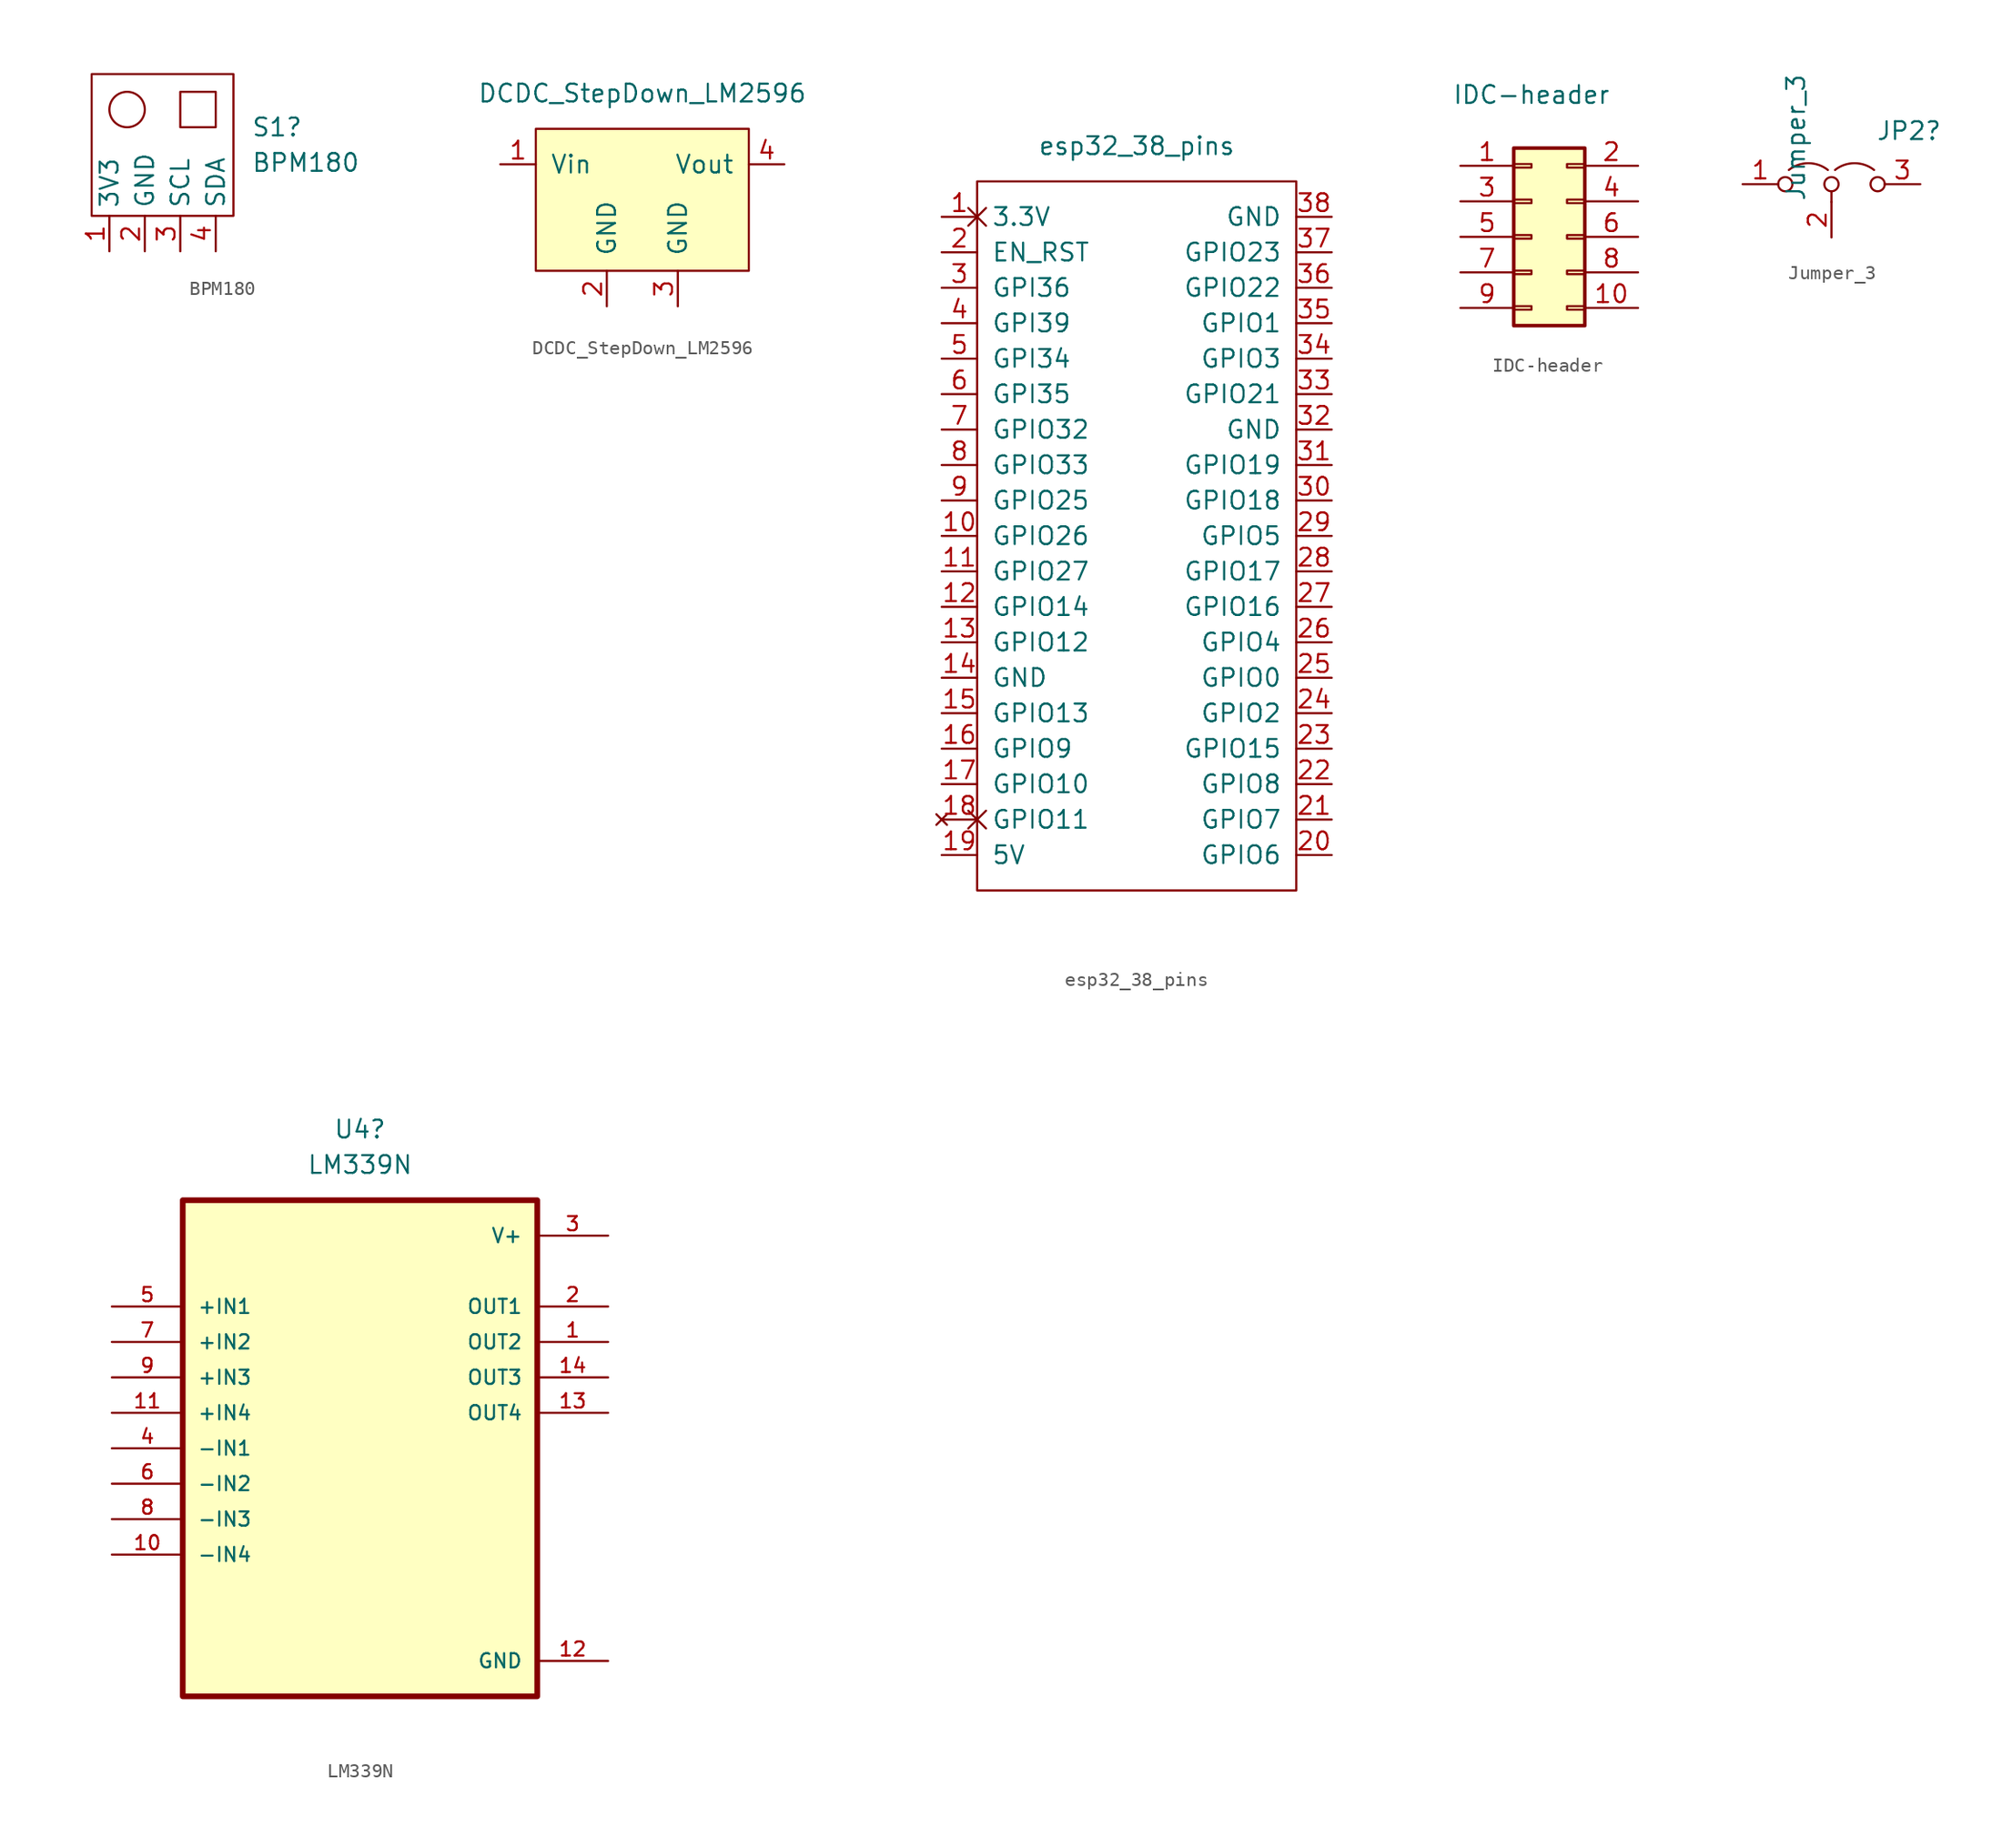
<source format=kicad_sym>
(kicad_symbol_lib
  (version 20211014)
  (generator kicad_symbol_editor)
  (symbol "BPM180"
    (property "Reference" "S1"
      (at 7.62 0.0001 0)
      (effects (font (size 1.27 1.27)) (justify left)))
    (property "Value" "BPM180"
      (at 7.62 -2.54 0)
      (effects (font (size 1.27 1.27)) (justify left)))
    (symbol "BPM180_0_1"
      (rectangle (start -3.81 3.81) (end 6.35 -6.35) (stroke (width 0) (type default) (color 0 0 0 0)) (fill (type none)))
      (circle (center -1.27 1.27) (radius 1.27) (stroke (width 0) (type default) (color 0 0 0 0)) (fill (type none)))
      (rectangle (start 2.54 2.54) (end 5.08 0) (stroke (width 0) (type default) (color 0 0 0 0)) (fill (type none))))
    (symbol "BPM180_1_1"
      (pin input line (at -2.54 -8.89 90) (length 2.54) (name "3V3" (effects (font (size 1.27 1.27)))) (number "1" (effects (font (size 1.27 1.27)))))
      (pin input line (at 0 -8.89 90) (length 2.54) (name "GND" (effects (font (size 1.27 1.27)))) (number "2" (effects (font (size 1.27 1.27)))))
      (pin input line (at 2.54 -8.89 90) (length 2.54) (name "SCL" (effects (font (size 1.27 1.27)))) (number "3" (effects (font (size 1.27 1.27)))))
      (pin input line (at 5.08 -8.89 90) (length 2.54) (name "SDA" (effects (font (size 1.27 1.27)))) (number "4" (effects (font (size 1.27 1.27)))))))
  (symbol "DCDC_StepDown_LM2596"
    (pin_names
      (offset 1.016))
    (property "Reference" "U2"
      (at 0 10.16 0)
      (effects (font (size 1.27 1.27)) hide))
    (property "Value" "DCDC_StepDown_LM2596"
      (at 0 7.62 0)
      (effects (font (size 1.27 1.27))))
    (symbol "DCDC_StepDown_LM2596_0_1"
      (rectangle (start -7.62 5.08) (end 7.62 -5.08) (stroke (width 0) (type default) (color 0 0 0 0)) (fill (type background))))
    (symbol "DCDC_StepDown_LM2596_1_1"
      (pin input line (at -10.16 2.54 0) (length 2.54) (name "Vin" (effects (font (size 1.27 1.27)))) (number "1" (effects (font (size 1.27 1.27)))))
      (pin output line (at -2.54 -7.62 90) (length 2.54) (name "GND" (effects (font (size 1.27 1.27)))) (number "2" (effects (font (size 1.27 1.27)))))
      (pin output line (at 2.54 -7.62 90) (length 2.54) (name "GND" (effects (font (size 1.27 1.27)))) (number "3" (effects (font (size 1.27 1.27)))))
      (pin output line (at 10.16 2.54 180) (length 2.54) (name "Vout" (effects (font (size 1.27 1.27)))) (number "4" (effects (font (size 1.27 1.27)))))))
  (symbol "esp32_38_pins"
    (pin_names
      (offset 1.016))
    (property "Reference" "U3"
      (at 8.89 12.7 0)
      (effects (font (size 1.27 1.27)) hide))
    (property "Value" "esp32_38_pins"
      (at 8.89 10.16 0)
      (effects (font (size 1.27 1.27))))
    (symbol "esp32_38_pins_0_1"
      (rectangle (start -2.54 7.62) (end 20.32 -43.18) (stroke (width 0) (type default) (color 0 0 0 0)) (fill (type none))))
    (symbol "esp32_38_pins_1_1"
      (pin power_out non_logic (at -5.08 5.08 0) (length 2.54) (name "3.3V" (effects (font (size 1.27 1.27)))) (number "1" (effects (font (size 1.27 1.27)))))
      (pin bidirectional line (at -5.08 -17.78 0) (length 2.54) (name "GPIO26" (effects (font (size 1.27 1.27)))) (number "10" (effects (font (size 1.27 1.27)))))
      (pin bidirectional line (at -5.08 -20.32 0) (length 2.54) (name "GPIO27" (effects (font (size 1.27 1.27)))) (number "11" (effects (font (size 1.27 1.27)))))
      (pin bidirectional line (at -5.08 -22.86 0) (length 2.54) (name "GPIO14" (effects (font (size 1.27 1.27)))) (number "12" (effects (font (size 1.27 1.27)))))
      (pin bidirectional line (at -5.08 -25.4 0) (length 2.54) (name "GPIO12" (effects (font (size 1.27 1.27)))) (number "13" (effects (font (size 1.27 1.27)))))
      (pin power_in line (at -5.08 -27.94 0) (length 2.54) (name "GND" (effects (font (size 1.27 1.27)))) (number "14" (effects (font (size 1.27 1.27)))))
      (pin bidirectional line (at -5.08 -30.48 0) (length 2.54) (name "GPIO13" (effects (font (size 1.27 1.27)))) (number "15" (effects (font (size 1.27 1.27)))))
      (pin bidirectional line (at -5.08 -33.02 0) (length 2.54) (name "GPIO9" (effects (font (size 1.27 1.27)))) (number "16" (effects (font (size 1.27 1.27)))))
      (pin bidirectional line (at -5.08 -35.56 0) (length 2.54) (name "GPIO10" (effects (font (size 1.27 1.27)))) (number "17" (effects (font (size 1.27 1.27)))))
      (pin no_connect non_logic (at -5.08 -38.1 0) (length 2.54) (name "GPIO11" (effects (font (size 1.27 1.27)))) (number "18" (effects (font (size 1.27 1.27)))))
      (pin power_in line (at -5.08 -40.64 0) (length 2.54) (name "5V" (effects (font (size 1.27 1.27)))) (number "19" (effects (font (size 1.27 1.27)))))
      (pin bidirectional line (at -5.08 2.54 0) (length 2.54) (name "EN_RST" (effects (font (size 1.27 1.27)))) (number "2" (effects (font (size 1.27 1.27)))))
      (pin bidirectional line (at 22.86 -40.64 180) (length 2.54) (name "GPIO6" (effects (font (size 1.27 1.27)))) (number "20" (effects (font (size 1.27 1.27)))))
      (pin bidirectional line (at 22.86 -38.1 180) (length 2.54) (name "GPIO7" (effects (font (size 1.27 1.27)))) (number "21" (effects (font (size 1.27 1.27)))))
      (pin bidirectional line (at 22.86 -35.56 180) (length 2.54) (name "GPIO8" (effects (font (size 1.27 1.27)))) (number "22" (effects (font (size 1.27 1.27)))))
      (pin bidirectional line (at 22.86 -33.02 180) (length 2.54) (name "GPIO15" (effects (font (size 1.27 1.27)))) (number "23" (effects (font (size 1.27 1.27)))))
      (pin bidirectional line (at 22.86 -30.48 180) (length 2.54) (name "GPIO2" (effects (font (size 1.27 1.27)))) (number "24" (effects (font (size 1.27 1.27)))))
      (pin bidirectional line (at 22.86 -27.94 180) (length 2.54) (name "GPIO0" (effects (font (size 1.27 1.27)))) (number "25" (effects (font (size 1.27 1.27)))))
      (pin bidirectional line (at 22.86 -25.4 180) (length 2.54) (name "GPIO4" (effects (font (size 1.27 1.27)))) (number "26" (effects (font (size 1.27 1.27)))))
      (pin bidirectional line (at 22.86 -22.86 180) (length 2.54) (name "GPIO16" (effects (font (size 1.27 1.27)))) (number "27" (effects (font (size 1.27 1.27)))))
      (pin bidirectional line (at 22.86 -20.32 180) (length 2.54) (name "GPIO17" (effects (font (size 1.27 1.27)))) (number "28" (effects (font (size 1.27 1.27)))))
      (pin bidirectional line (at 22.86 -17.78 180) (length 2.54) (name "GPIO5" (effects (font (size 1.27 1.27)))) (number "29" (effects (font (size 1.27 1.27)))))
      (pin input line (at -5.08 0 0) (length 2.54) (name "GPI36" (effects (font (size 1.27 1.27)))) (number "3" (effects (font (size 1.27 1.27)))))
      (pin bidirectional line (at 22.86 -15.24 180) (length 2.54) (name "GPIO18" (effects (font (size 1.27 1.27)))) (number "30" (effects (font (size 1.27 1.27)))))
      (pin bidirectional line (at 22.86 -12.7 180) (length 2.54) (name "GPIO19" (effects (font (size 1.27 1.27)))) (number "31" (effects (font (size 1.27 1.27)))))
      (pin tri_state line (at 22.86 -10.16 180) (length 2.54) (name "GND" (effects (font (size 1.27 1.27)))) (number "32" (effects (font (size 1.27 1.27)))))
      (pin bidirectional line (at 22.86 -7.62 180) (length 2.54) (name "GPIO21" (effects (font (size 1.27 1.27)))) (number "33" (effects (font (size 1.27 1.27)))))
      (pin bidirectional line (at 22.86 -5.08 180) (length 2.54) (name "GPIO3" (effects (font (size 1.27 1.27)))) (number "34" (effects (font (size 1.27 1.27)))))
      (pin bidirectional line (at 22.86 -2.54 180) (length 2.54) (name "GPIO1" (effects (font (size 1.27 1.27)))) (number "35" (effects (font (size 1.27 1.27)))))
      (pin bidirectional line (at 22.86 0 180) (length 2.54) (name "GPIO22" (effects (font (size 1.27 1.27)))) (number "36" (effects (font (size 1.27 1.27)))))
      (pin bidirectional line (at 22.86 2.54 180) (length 2.54) (name "GPIO23" (effects (font (size 1.27 1.27)))) (number "37" (effects (font (size 1.27 1.27)))))
      (pin passive line (at 22.86 5.08 180) (length 2.54) (name "GND" (effects (font (size 1.27 1.27)))) (number "38" (effects (font (size 1.27 1.27)))))
      (pin input line (at -5.08 -2.54 0) (length 2.54) (name "GPI39" (effects (font (size 1.27 1.27)))) (number "4" (effects (font (size 1.27 1.27)))))
      (pin input line (at -5.08 -5.08 0) (length 2.54) (name "GPI34" (effects (font (size 1.27 1.27)))) (number "5" (effects (font (size 1.27 1.27)))))
      (pin bidirectional line (at -5.08 -7.62 0) (length 2.54) (name "GPI35" (effects (font (size 1.27 1.27)))) (number "6" (effects (font (size 1.27 1.27)))))
      (pin bidirectional line (at -5.08 -10.16 0) (length 2.54) (name "GPIO32" (effects (font (size 1.27 1.27)))) (number "7" (effects (font (size 1.27 1.27)))))
      (pin bidirectional line (at -5.08 -12.7 0) (length 2.54) (name "GPIO33" (effects (font (size 1.27 1.27)))) (number "8" (effects (font (size 1.27 1.27)))))
      (pin bidirectional line (at -5.08 -15.24 0) (length 2.54) (name "GPIO25" (effects (font (size 1.27 1.27)))) (number "9" (effects (font (size 1.27 1.27)))))))
  (symbol "IDC-header"
    (pin_names
      (offset 1.016) hide)
    (property "Reference" "J2"
      (at -1.27 -11.43 0)
      (effects (font (size 1.27 1.27)) hide))
    (property "Value" "IDC-header"
      (at 0 10.16 0)
      (effects (font (size 1.27 1.27))))
    (symbol "IDC-header_1_1"
      (rectangle (start -1.27 -4.953) (end 0 -5.207) (stroke (width 0.152) (type default) (color 0 0 0 0)) (fill (type none)))
      (rectangle (start -1.27 -2.413) (end 0 -2.667) (stroke (width 0.152) (type default) (color 0 0 0 0)) (fill (type none)))
      (rectangle (start -1.27 0.127) (end 0 -0.127) (stroke (width 0.152) (type default) (color 0 0 0 0)) (fill (type none)))
      (rectangle (start -1.27 2.667) (end 0 2.413) (stroke (width 0.152) (type default) (color 0 0 0 0)) (fill (type none)))
      (rectangle (start -1.27 5.207) (end 0 4.953) (stroke (width 0.152) (type default) (color 0 0 0 0)) (fill (type none)))
      (rectangle (start -1.27 6.35) (end 3.81 -6.35) (stroke (width 0.254) (type default) (color 0 0 0 0)) (fill (type background)))
      (rectangle (start 3.81 -4.953) (end 2.54 -5.207) (stroke (width 0.152) (type default) (color 0 0 0 0)) (fill (type none)))
      (rectangle (start 3.81 -2.413) (end 2.54 -2.667) (stroke (width 0.152) (type default) (color 0 0 0 0)) (fill (type none)))
      (rectangle (start 3.81 0.127) (end 2.54 -0.127) (stroke (width 0.152) (type default) (color 0 0 0 0)) (fill (type none)))
      (rectangle (start 3.81 2.667) (end 2.54 2.413) (stroke (width 0.152) (type default) (color 0 0 0 0)) (fill (type none)))
      (rectangle (start 3.81 5.207) (end 2.54 4.953) (stroke (width 0.152) (type default) (color 0 0 0 0)) (fill (type none)))
      (pin passive line (at -5.08 5.08 0) (length 3.81) (name "Pin_1" (effects (font (size 1.27 1.27)))) (number "1" (effects (font (size 1.27 1.27)))))
      (pin passive line (at 7.62 -5.08 180) (length 3.81) (name "Pin_10" (effects (font (size 1.27 1.27)))) (number "10" (effects (font (size 1.27 1.27)))))
      (pin passive line (at 7.62 5.08 180) (length 3.81) (name "Pin_2" (effects (font (size 1.27 1.27)))) (number "2" (effects (font (size 1.27 1.27)))))
      (pin passive line (at -5.08 2.54 0) (length 3.81) (name "Pin_3" (effects (font (size 1.27 1.27)))) (number "3" (effects (font (size 1.27 1.27)))))
      (pin passive line (at 7.62 2.54 180) (length 3.81) (name "Pin_4" (effects (font (size 1.27 1.27)))) (number "4" (effects (font (size 1.27 1.27)))))
      (pin passive line (at -5.08 0 0) (length 3.81) (name "Pin_5" (effects (font (size 1.27 1.27)))) (number "5" (effects (font (size 1.27 1.27)))))
      (pin passive line (at 7.62 0 180) (length 3.81) (name "Pin_6" (effects (font (size 1.27 1.27)))) (number "6" (effects (font (size 1.27 1.27)))))
      (pin passive line (at -5.08 -2.54 0) (length 3.81) (name "Pin_7" (effects (font (size 1.27 1.27)))) (number "7" (effects (font (size 1.27 1.27)))))
      (pin passive line (at 7.62 -2.54 180) (length 3.81) (name "Pin_8" (effects (font (size 1.27 1.27)))) (number "8" (effects (font (size 1.27 1.27)))))
      (pin passive line (at -5.08 -5.08 0) (length 3.81) (name "Pin_9" (effects (font (size 1.27 1.27)))) (number "9" (effects (font (size 1.27 1.27)))))))
  (symbol "Jumper_3"
    (pin_names
      (offset 0) hide)
    (property "Reference" "JP2"
      (at 3.175 3.81 0)
      (effects (font (size 1.27 1.27)) (justify left)))
    (property "Value" "Jumper_3"
      (at -2.54 -1.27 90)
      (effects (font (size 1.27 1.27)) (justify left)))
    (symbol "Jumper_3_0_0"
      (circle (center -3.302 0) (radius 0.508) (stroke (width 0) (type default) (color 0 0 0 0)) (fill (type none)))
      (circle (center 0 0) (radius 0.508) (stroke (width 0) (type default) (color 0 0 0 0)) (fill (type none)))
      (circle (center 3.302 0) (radius 0.508) (stroke (width 0) (type default) (color 0 0 0 0)) (fill (type none))))
    (symbol "Jumper_3_0_1"
      (arc (start -0.254 1.016) (mid -1.651 1.4992) (end -3.048 1.016) (stroke (width 0) (type default) (color 0 0 0 0)) (fill (type none)))
      (polyline (pts (xy 0 -0.508) (xy 0 -1.27)) (stroke (width 0) (type default) (color 0 0 0 0)) (fill (type none)))
      (arc (start 3.048 1.016) (mid 1.651 1.4992) (end 0.254 1.016) (stroke (width 0) (type default) (color 0 0 0 0)) (fill (type none))))
    (symbol "Jumper_3_1_1"
      (pin passive line (at -6.35 0 0) (length 2.54) (name "A" (effects (font (size 1.27 1.27)))) (number "1" (effects (font (size 1.27 1.27)))))
      (pin passive line (at 0 -3.81 90) (length 2.54) (name "C" (effects (font (size 1.27 1.27)))) (number "2" (effects (font (size 1.27 1.27)))))
      (pin passive line (at 6.35 0 180) (length 2.54) (name "B" (effects (font (size 1.27 1.27)))) (number "3" (effects (font (size 1.27 1.27)))))))
  (symbol "LM339N"
    (pin_names
      (offset 1.016))
    (property "Reference" "U4"
      (at 0 22.86 0)
      (effects (font (size 1.27 1.27))))
    (property "Value" "LM339N"
      (at 0 20.32 0)
      (effects (font (size 1.27 1.27))))
    (property "ki_locked" ""
      (at 0 0 0)
      (effects (font (size 1.27 1.27))))
    (symbol "LM339N_0_0"
      (rectangle (start -12.7 -17.78) (end 12.7 17.78) (stroke (width 0.406) (type default) (color 0 0 0 0)) (fill (type background)))
      (pin output line (at 17.78 7.62 180) (length 5.08) (name "OUT2" (effects (font (size 1.016 1.016)))) (number "1" (effects (font (size 1.016 1.016)))))
      (pin input line (at -17.78 -7.62 0) (length 5.08) (name "-IN4" (effects (font (size 1.016 1.016)))) (number "10" (effects (font (size 1.016 1.016)))))
      (pin input line (at -17.78 2.54 0) (length 5.08) (name "+IN4" (effects (font (size 1.016 1.016)))) (number "11" (effects (font (size 1.016 1.016)))))
      (pin power_out line (at 17.78 -15.24 180) (length 5.08) (name "GND" (effects (font (size 1.016 1.016)))) (number "12" (effects (font (size 1.016 1.016)))))
      (pin output line (at 17.78 2.54 180) (length 5.08) (name "OUT4" (effects (font (size 1.016 1.016)))) (number "13" (effects (font (size 1.016 1.016)))))
      (pin output line (at 17.78 5.08 180) (length 5.08) (name "OUT3" (effects (font (size 1.016 1.016)))) (number "14" (effects (font (size 1.016 1.016)))))
      (pin output line (at 17.78 10.16 180) (length 5.08) (name "OUT1" (effects (font (size 1.016 1.016)))) (number "2" (effects (font (size 1.016 1.016)))))
      (pin power_in line (at 17.78 15.24 180) (length 5.08) (name "V+" (effects (font (size 1.016 1.016)))) (number "3" (effects (font (size 1.016 1.016)))))
      (pin input line (at -17.78 0 0) (length 5.08) (name "-IN1" (effects (font (size 1.016 1.016)))) (number "4" (effects (font (size 1.016 1.016)))))
      (pin input line (at -17.78 10.16 0) (length 5.08) (name "+IN1" (effects (font (size 1.016 1.016)))) (number "5" (effects (font (size 1.016 1.016)))))
      (pin input line (at -17.78 -2.54 0) (length 5.08) (name "-IN2" (effects (font (size 1.016 1.016)))) (number "6" (effects (font (size 1.016 1.016)))))
      (pin input line (at -17.78 7.62 0) (length 5.08) (name "+IN2" (effects (font (size 1.016 1.016)))) (number "7" (effects (font (size 1.016 1.016)))))
      (pin input line (at -17.78 -5.08 0) (length 5.08) (name "-IN3" (effects (font (size 1.016 1.016)))) (number "8" (effects (font (size 1.016 1.016)))))
      (pin input line (at -17.78 5.08 0) (length 5.08) (name "+IN3" (effects (font (size 1.016 1.016)))) (number "9" (effects (font (size 1.016 1.016))))))))
</source>
